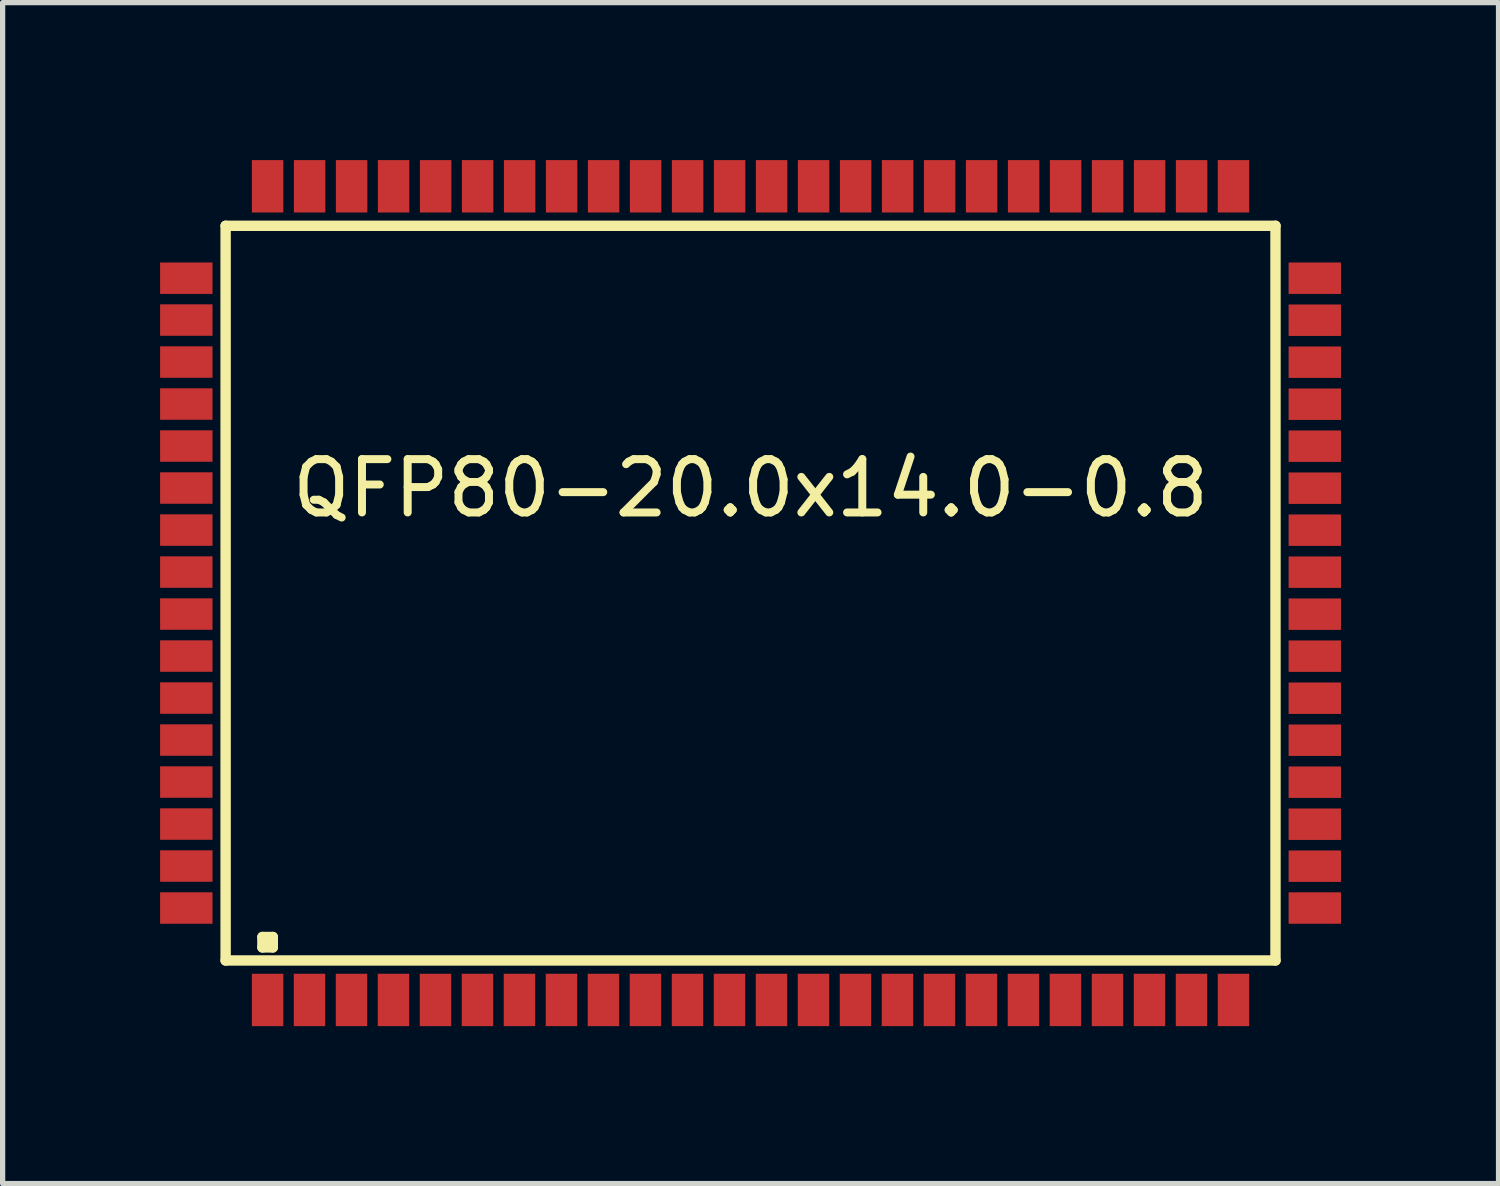
<source format=kicad_pcb>
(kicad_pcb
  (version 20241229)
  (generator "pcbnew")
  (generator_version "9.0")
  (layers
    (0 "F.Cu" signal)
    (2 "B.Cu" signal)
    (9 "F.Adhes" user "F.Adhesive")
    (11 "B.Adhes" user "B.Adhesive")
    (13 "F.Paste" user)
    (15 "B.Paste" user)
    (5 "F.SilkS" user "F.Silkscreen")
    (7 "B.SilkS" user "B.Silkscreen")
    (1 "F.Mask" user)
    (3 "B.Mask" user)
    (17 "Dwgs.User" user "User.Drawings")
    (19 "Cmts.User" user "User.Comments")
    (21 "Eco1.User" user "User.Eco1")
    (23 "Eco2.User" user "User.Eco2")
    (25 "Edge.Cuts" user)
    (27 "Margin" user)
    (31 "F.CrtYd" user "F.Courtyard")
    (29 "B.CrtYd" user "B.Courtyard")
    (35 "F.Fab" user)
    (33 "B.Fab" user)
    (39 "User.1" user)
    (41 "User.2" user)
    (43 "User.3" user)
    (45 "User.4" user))
  (footprint "QFP80-20.0x14.0-0.8"
    (layer "F.Cu")
    (at 11.248 8.249)
    (property "Reference" "QFP80-20.0x14.0-0.8" (at 0 -1.999 0) (layer "F.SilkS") (effects (font (size 1.016 1.016) (thickness 0.152))))
    (attr through_hole)
    (fp_line (start -10 -6.998) (end 10 -6.998) (stroke (width 0.198) (type solid)) (layer "F.SilkS"))
    (fp_line (start -10 6.998) (end -10 -6.998) (stroke (width 0.198) (type solid)) (layer "F.SilkS"))
    (fp_line (start -9.299 6.551) (end -9.101 6.551) (stroke (width 0.198) (type solid)) (layer "F.SilkS"))
    (fp_line (start -9.299 6.749) (end -9.299 6.551) (stroke (width 0.198) (type solid)) (layer "F.SilkS"))
    (fp_line (start -9.101 6.551) (end -9.101 6.749) (stroke (width 0.198) (type solid)) (layer "F.SilkS"))
    (fp_line (start -9.101 6.749) (end -9.299 6.749) (stroke (width 0.198) (type solid)) (layer "F.SilkS"))
    (fp_line (start 10 -6.998) (end 10 6.998) (stroke (width 0.198) (type solid)) (layer "F.SilkS"))
    (fp_line (start 10 6.998) (end -10 6.998) (stroke (width 0.198) (type solid)) (layer "F.SilkS"))
    (pad "1" smd rect (at -9.2 7.75) (size 0.599 0.998) (layers "*.Mask" "F.Cu"))
    (pad "2" smd rect (at -8.402 7.75) (size 0.599 0.998) (layers "*.Mask" "F.Cu"))
    (pad "3" smd rect (at -7.602 7.75) (size 0.599 0.998) (layers "*.Mask" "F.Cu"))
    (pad "4" smd rect (at -6.802 7.75) (size 0.599 0.998) (layers "*.Mask" "F.Cu"))
    (pad "5" smd rect (at -6.002 7.75) (size 0.599 0.998) (layers "*.Mask" "F.Cu"))
    (pad "6" smd rect (at -5.202 7.75) (size 0.599 0.998) (layers "*.Mask" "F.Cu"))
    (pad "7" smd rect (at -4.402 7.75) (size 0.599 0.998) (layers "*.Mask" "F.Cu"))
    (pad "8" smd rect (at -3.602 7.75) (size 0.599 0.998) (layers "*.Mask" "F.Cu"))
    (pad "9" smd rect (at -2.802 7.75) (size 0.599 0.998) (layers "*.Mask" "F.Cu"))
    (pad "10" smd rect (at -2.002 7.75) (size 0.599 0.998) (layers "*.Mask" "F.Cu"))
    (pad "11" smd rect (at -1.201 7.75) (size 0.599 0.998) (layers "*.Mask" "F.Cu"))
    (pad "12" smd rect (at -0.401 7.75) (size 0.599 0.998) (layers "*.Mask" "F.Cu"))
    (pad "13" smd rect (at 0.399 7.75) (size 0.599 0.998) (layers "*.Mask" "F.Cu"))
    (pad "14" smd rect (at 1.199 7.75) (size 0.599 0.998) (layers "*.Mask" "F.Cu"))
    (pad "15" smd rect (at 1.999 7.75) (size 0.599 0.998) (layers "*.Mask" "F.Cu"))
    (pad "16" smd rect (at 2.799 7.75) (size 0.599 0.998) (layers "*.Mask" "F.Cu"))
    (pad "17" smd rect (at 3.599 7.75) (size 0.599 0.998) (layers "*.Mask" "F.Cu"))
    (pad "18" smd rect (at 4.399 7.75) (size 0.599 0.998) (layers "*.Mask" "F.Cu"))
    (pad "19" smd rect (at 5.199 7.75) (size 0.599 0.998) (layers "*.Mask" "F.Cu"))
    (pad "20" smd rect (at 5.999 7.75) (size 0.599 0.998) (layers "*.Mask" "F.Cu"))
    (pad "21" smd rect (at 6.8 7.75) (size 0.599 0.998) (layers "*.Mask" "F.Cu"))
    (pad "22" smd rect (at 7.6 7.75) (size 0.599 0.998) (layers "*.Mask" "F.Cu"))
    (pad "23" smd rect (at 8.4 7.75) (size 0.599 0.998) (layers "*.Mask" "F.Cu"))
    (pad "24" smd rect (at 9.2 7.75) (size 0.599 0.998) (layers "*.Mask" "F.Cu"))
    (pad "25" smd rect (at 10.749 5.999 90) (size 0.599 0.998) (layers "*.Mask" "F.Cu"))
    (pad "26" smd rect (at 10.749 5.202 90) (size 0.599 0.998) (layers "*.Mask" "F.Cu"))
    (pad "27" smd rect (at 10.749 4.402 90) (size 0.599 0.998) (layers "*.Mask" "F.Cu"))
    (pad "28" smd rect (at 10.749 3.602 90) (size 0.599 0.998) (layers "*.Mask" "F.Cu"))
    (pad "29" smd rect (at 10.749 2.802 90) (size 0.599 0.998) (layers "*.Mask" "F.Cu"))
    (pad "30" smd rect (at 10.749 2.002 90) (size 0.599 0.998) (layers "*.Mask" "F.Cu"))
    (pad "31" smd rect (at 10.749 1.201 90) (size 0.599 0.998) (layers "*.Mask" "F.Cu"))
    (pad "32" smd rect (at 10.749 0.401 90) (size 0.599 0.998) (layers "*.Mask" "F.Cu"))
    (pad "33" smd rect (at 10.749 -0.399 90) (size 0.599 0.998) (layers "*.Mask" "F.Cu"))
    (pad "34" smd rect (at 10.749 -1.199 90) (size 0.599 0.998) (layers "*.Mask" "F.Cu"))
    (pad "35" smd rect (at 10.749 -1.999 90) (size 0.599 0.998) (layers "*.Mask" "F.Cu"))
    (pad "36" smd rect (at 10.749 -2.799 90) (size 0.599 0.998) (layers "*.Mask" "F.Cu"))
    (pad "37" smd rect (at 10.749 -3.599 90) (size 0.599 0.998) (layers "*.Mask" "F.Cu"))
    (pad "38" smd rect (at 10.749 -4.399 90) (size 0.599 0.998) (layers "*.Mask" "F.Cu"))
    (pad "39" smd rect (at 10.749 -5.199 90) (size 0.599 0.998) (layers "*.Mask" "F.Cu"))
    (pad "40" smd rect (at 10.749 -5.999 90) (size 0.599 0.998) (layers "*.Mask" "F.Cu"))
    (pad "41" smd rect (at 9.2 -7.75) (size 0.599 0.998) (layers "*.Mask" "F.Cu"))
    (pad "42" smd rect (at 8.402 -7.75) (size 0.599 0.998) (layers "*.Mask" "F.Cu"))
    (pad "43" smd rect (at 7.602 -7.75) (size 0.599 0.998) (layers "*.Mask" "F.Cu"))
    (pad "44" smd rect (at 6.802 -7.75) (size 0.599 0.998) (layers "*.Mask" "F.Cu"))
    (pad "45" smd rect (at 6.002 -7.75) (size 0.599 0.998) (layers "*.Mask" "F.Cu"))
    (pad "46" smd rect (at 5.202 -7.75) (size 0.599 0.998) (layers "*.Mask" "F.Cu"))
    (pad "47" smd rect (at 4.402 -7.75) (size 0.599 0.998) (layers "*.Mask" "F.Cu"))
    (pad "48" smd rect (at 3.602 -7.75) (size 0.599 0.998) (layers "*.Mask" "F.Cu"))
    (pad "49" smd rect (at 2.802 -7.75) (size 0.599 0.998) (layers "*.Mask" "F.Cu"))
    (pad "50" smd rect (at 2.002 -7.75) (size 0.599 0.998) (layers "*.Mask" "F.Cu"))
    (pad "51" smd rect (at 1.201 -7.75) (size 0.599 0.998) (layers "*.Mask" "F.Cu"))
    (pad "52" smd rect (at 0.401 -7.75) (size 0.599 0.998) (layers "*.Mask" "F.Cu"))
    (pad "53" smd rect (at -0.399 -7.75) (size 0.599 0.998) (layers "*.Mask" "F.Cu"))
    (pad "54" smd rect (at -1.199 -7.75) (size 0.599 0.998) (layers "*.Mask" "F.Cu"))
    (pad "55" smd rect (at -1.999 -7.75) (size 0.599 0.998) (layers "*.Mask" "F.Cu"))
    (pad "56" smd rect (at -2.799 -7.75) (size 0.599 0.998) (layers "*.Mask" "F.Cu"))
    (pad "57" smd rect (at -3.599 -7.75) (size 0.599 0.998) (layers "*.Mask" "F.Cu"))
    (pad "58" smd rect (at -4.399 -7.75) (size 0.599 0.998) (layers "*.Mask" "F.Cu"))
    (pad "59" smd rect (at -5.199 -7.75) (size 0.599 0.998) (layers "*.Mask" "F.Cu"))
    (pad "60" smd rect (at -5.999 -7.75) (size 0.599 0.998) (layers "*.Mask" "F.Cu"))
    (pad "61" smd rect (at -6.8 -7.75) (size 0.599 0.998) (layers "*.Mask" "F.Cu"))
    (pad "62" smd rect (at -7.6 -7.75) (size 0.599 0.998) (layers "*.Mask" "F.Cu"))
    (pad "63" smd rect (at -8.4 -7.75) (size 0.599 0.998) (layers "*.Mask" "F.Cu"))
    (pad "64" smd rect (at -9.2 -7.75) (size 0.599 0.998) (layers "*.Mask" "F.Cu"))
    (pad "65" smd rect (at -10.749 -5.999 90) (size 0.599 0.998) (layers "*.Mask" "F.Cu"))
    (pad "66" smd rect (at -10.749 -5.202 90) (size 0.599 0.998) (layers "*.Mask" "F.Cu"))
    (pad "67" smd rect (at -10.749 -4.402 90) (size 0.599 0.998) (layers "*.Mask" "F.Cu"))
    (pad "68" smd rect (at -10.749 -3.602 90) (size 0.599 0.998) (layers "*.Mask" "F.Cu"))
    (pad "69" smd rect (at -10.749 -2.802 90) (size 0.599 0.998) (layers "*.Mask" "F.Cu"))
    (pad "70" smd rect (at -10.749 -2.002 90) (size 0.599 0.998) (layers "*.Mask" "F.Cu"))
    (pad "71" smd rect (at -10.749 -1.201 90) (size 0.599 0.998) (layers "*.Mask" "F.Cu"))
    (pad "72" smd rect (at -10.749 -0.401 90) (size 0.599 0.998) (layers "*.Mask" "F.Cu"))
    (pad "73" smd rect (at -10.749 0.399 90) (size 0.599 0.998) (layers "*.Mask" "F.Cu"))
    (pad "74" smd rect (at -10.749 1.199 90) (size 0.599 0.998) (layers "*.Mask" "F.Cu"))
    (pad "75" smd rect (at -10.749 1.999 90) (size 0.599 0.998) (layers "*.Mask" "F.Cu"))
    (pad "76" smd rect (at -10.749 2.799 90) (size 0.599 0.998) (layers "*.Mask" "F.Cu"))
    (pad "77" smd rect (at -10.749 3.599 90) (size 0.599 0.998) (layers "*.Mask" "F.Cu"))
    (pad "78" smd rect (at -10.749 4.399 90) (size 0.599 0.998) (layers "*.Mask" "F.Cu"))
    (pad "79" smd rect (at -10.749 5.199 90) (size 0.599 0.998) (layers "*.Mask" "F.Cu"))
    (pad "80" smd rect (at -10.749 5.999 90) (size 0.599 0.998) (layers "*.Mask" "F.Cu")))
  (gr_rect
    (start -3 -3)
    (end 25.497 19.497)
    (stroke (width 0.1) (type default))
    (fill no)
    (layer "Edge.Cuts")))
</source>
